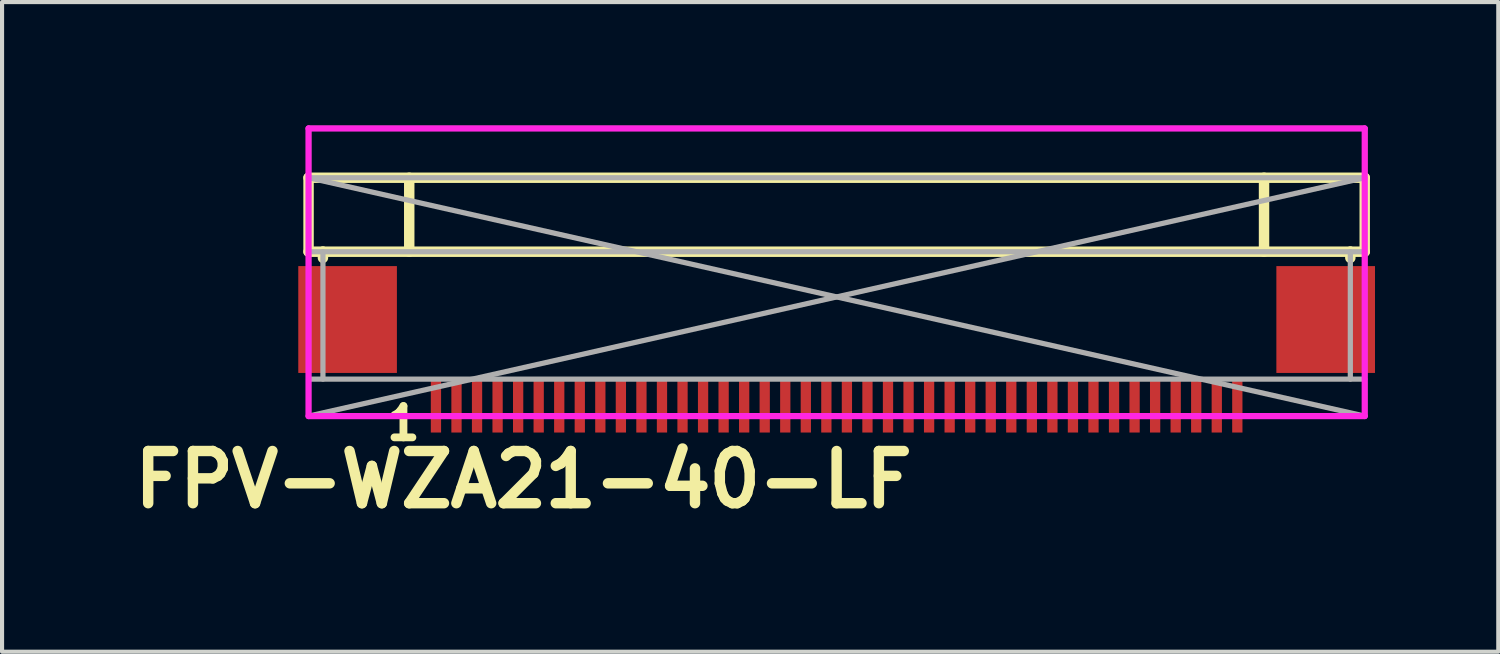
<source format=kicad_pcb>
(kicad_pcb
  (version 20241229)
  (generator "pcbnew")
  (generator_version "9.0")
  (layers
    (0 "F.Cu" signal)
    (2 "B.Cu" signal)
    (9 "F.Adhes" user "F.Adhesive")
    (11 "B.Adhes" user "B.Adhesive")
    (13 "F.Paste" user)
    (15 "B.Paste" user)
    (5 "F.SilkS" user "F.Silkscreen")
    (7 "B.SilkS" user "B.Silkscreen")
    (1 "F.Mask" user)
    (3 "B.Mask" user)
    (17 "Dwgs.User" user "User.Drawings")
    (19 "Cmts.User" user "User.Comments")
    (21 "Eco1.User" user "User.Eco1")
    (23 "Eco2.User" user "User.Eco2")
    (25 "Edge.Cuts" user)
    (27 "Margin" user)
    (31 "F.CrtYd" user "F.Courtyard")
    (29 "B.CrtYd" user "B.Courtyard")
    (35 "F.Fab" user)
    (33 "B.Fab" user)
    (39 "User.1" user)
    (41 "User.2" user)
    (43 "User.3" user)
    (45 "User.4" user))
  (footprint "FPV-WZA21-40-LF"
    (layer "F.Cu")
    (at 17.308 4.175)
    (property "Reference" "FPV-WZA21-40-LF" (at -7.62 4.445 0) (layer "F.SilkS") (effects (font (size 1.27 1.27) (thickness 0.254))))
    (attr smd)
    (fp_line (start -12.85 -4.1) (end 12.85 -4.1) (stroke (width 0.127) (type solid)) (layer "F.SilkS"))
    (fp_line (start -12.85 -2.9) (end -12.85 -4.1) (stroke (width 0.127) (type solid)) (layer "F.SilkS"))
    (fp_line (start -12.85 -2.9) (end -12.85 -1.1) (stroke (width 0.254) (type solid)) (layer "F.SilkS"))
    (fp_line (start -12.85 -2.9) (end 12.85 -2.9) (stroke (width 0.254) (type solid)) (layer "F.SilkS"))
    (fp_line (start -12.85 -1.1) (end -12.5 -1.1) (stroke (width 0.254) (type solid)) (layer "F.SilkS"))
    (fp_line (start -12.5 -1.1) (end -12.5 -0.95) (stroke (width 0.254) (type solid)) (layer "F.SilkS"))
    (fp_line (start -12.5 -1.1) (end 12.5 -1.1) (stroke (width 0.254) (type solid)) (layer "F.SilkS"))
    (fp_line (start -10.4 -2.9) (end -10.4 -1.1) (stroke (width 0.254) (type solid)) (layer "F.SilkS"))
    (fp_line (start 10.4 -2.9) (end 10.4 -1.1) (stroke (width 0.254) (type solid)) (layer "F.SilkS"))
    (fp_line (start 12.5 -1.1) (end 12.5 -0.95) (stroke (width 0.254) (type solid)) (layer "F.SilkS"))
    (fp_line (start 12.85 -4.1) (end 12.85 -2.9) (stroke (width 0.127) (type solid)) (layer "F.SilkS"))
    (fp_line (start 12.85 -2.9) (end 12.85 -1.1) (stroke (width 0.254) (type solid)) (layer "F.SilkS"))
    (fp_line (start 12.85 -1.1) (end 12.5 -1.1) (stroke (width 0.254) (type solid)) (layer "F.SilkS"))
    (fp_line (start -12.85 -4.1) (end 12.85 -4.1) (stroke (width 0.15) (type solid)) (layer "F.CrtYd"))
    (fp_line (start -12.85 2.9) (end 12.85 2.9) (stroke (width 0.15) (type solid)) (layer "F.CrtYd"))
    (fp_line (start -12.85 2.9) (end -12.85 -4.1) (stroke (width 0.15) (type solid)) (layer "F.CrtYd"))
    (fp_line (start 12.85 -4.1) (end 12.85 2.9) (stroke (width 0.15) (type solid)) (layer "F.CrtYd"))
    (fp_line (start -12.85 -2.9) (end 12.85 -2.9) (stroke (width 0.127) (type solid)) (layer "F.Fab"))
    (fp_line (start -12.85 -2.9) (end 12.85 2.9) (stroke (width 0.127) (type solid)) (layer "F.Fab"))
    (fp_line (start -12.85 -1.1) (end 12.85 -1.1) (stroke (width 0.127) (type solid)) (layer "F.Fab"))
    (fp_line (start -12.85 2) (end 12.85 2) (stroke (width 0.127) (type solid)) (layer "F.Fab"))
    (fp_line (start -12.85 2.9) (end -12.85 -2.9) (stroke (width 0.127) (type solid)) (layer "F.Fab"))
    (fp_line (start -12.5 -1.1) (end -12.5 2) (stroke (width 0.127) (type solid)) (layer "F.Fab"))
    (fp_line (start 12.5 -1.1) (end 12.5 2) (stroke (width 0.127) (type solid)) (layer "F.Fab"))
    (fp_line (start 12.85 -2.9) (end -12.85 2.9) (stroke (width 0.127) (type solid)) (layer "F.Fab"))
    (fp_line (start 12.85 -2.9) (end 12.85 2.9) (stroke (width 0.127) (type solid)) (layer "F.Fab"))
    (fp_line (start 12.85 2.9) (end -12.85 2.9) (stroke (width 0.127) (type solid)) (layer "F.Fab"))
    (fp_text user "1" (at -10.541 3.075 0) (layer "F.SilkS") (effects (font (size 0.762 0.762) (thickness 0.191))))
    (pad "0" smd rect (at -11.9 0.55 180) (size 2.4 2.6) (layers "F.Cu" "F.Mask" "F.Paste"))
    (pad "0" smd rect (at 11.9 0.55 180) (size 2.4 2.6) (layers "F.Cu" "F.Mask" "F.Paste"))
    (pad "1" smd rect (at -9.75 2.65 180) (size 0.25 1.3) (layers "F.Cu" "F.Mask" "F.Paste"))
    (pad "2" smd rect (at -9.25 2.65 180) (size 0.25 1.3) (layers "F.Cu" "F.Mask" "F.Paste"))
    (pad "3" smd rect (at -8.75 2.65 180) (size 0.25 1.3) (layers "F.Cu" "F.Mask" "F.Paste"))
    (pad "4" smd rect (at -8.25 2.65 180) (size 0.25 1.3) (layers "F.Cu" "F.Mask" "F.Paste"))
    (pad "5" smd rect (at -7.75 2.65 180) (size 0.25 1.3) (layers "F.Cu" "F.Mask" "F.Paste"))
    (pad "6" smd rect (at -7.25 2.65 180) (size 0.25 1.3) (layers "F.Cu" "F.Mask" "F.Paste"))
    (pad "7" smd rect (at -6.75 2.65 180) (size 0.25 1.3) (layers "F.Cu" "F.Mask" "F.Paste"))
    (pad "8" smd rect (at -6.25 2.65 180) (size 0.25 1.3) (layers "F.Cu" "F.Mask" "F.Paste"))
    (pad "9" smd rect (at -5.75 2.65 180) (size 0.25 1.3) (layers "F.Cu" "F.Mask" "F.Paste"))
    (pad "10" smd rect (at -5.25 2.65 180) (size 0.25 1.3) (layers "F.Cu" "F.Mask" "F.Paste"))
    (pad "11" smd rect (at -4.75 2.65 180) (size 0.25 1.3) (layers "F.Cu" "F.Mask" "F.Paste"))
    (pad "12" smd rect (at -4.25 2.65 180) (size 0.25 1.3) (layers "F.Cu" "F.Mask" "F.Paste"))
    (pad "13" smd rect (at -3.75 2.65 180) (size 0.25 1.3) (layers "F.Cu" "F.Mask" "F.Paste"))
    (pad "14" smd rect (at -3.25 2.65 180) (size 0.25 1.3) (layers "F.Cu" "F.Mask" "F.Paste"))
    (pad "15" smd rect (at -2.75 2.65 180) (size 0.25 1.3) (layers "F.Cu" "F.Mask" "F.Paste"))
    (pad "16" smd rect (at -2.25 2.65 180) (size 0.25 1.3) (layers "F.Cu" "F.Mask" "F.Paste"))
    (pad "17" smd rect (at -1.75 2.65 180) (size 0.25 1.3) (layers "F.Cu" "F.Mask" "F.Paste"))
    (pad "18" smd rect (at -1.25 2.65 180) (size 0.25 1.3) (layers "F.Cu" "F.Mask" "F.Paste"))
    (pad "19" smd rect (at -0.75 2.65 180) (size 0.25 1.3) (layers "F.Cu" "F.Mask" "F.Paste"))
    (pad "20" smd rect (at -0.25 2.65 180) (size 0.25 1.3) (layers "F.Cu" "F.Mask" "F.Paste"))
    (pad "21" smd rect (at 0.25 2.65 180) (size 0.25 1.3) (layers "F.Cu" "F.Mask" "F.Paste"))
    (pad "22" smd rect (at 0.75 2.65 180) (size 0.25 1.3) (layers "F.Cu" "F.Mask" "F.Paste"))
    (pad "23" smd rect (at 1.25 2.65 180) (size 0.25 1.3) (layers "F.Cu" "F.Mask" "F.Paste"))
    (pad "24" smd rect (at 1.75 2.65 180) (size 0.25 1.3) (layers "F.Cu" "F.Mask" "F.Paste"))
    (pad "25" smd rect (at 2.25 2.65 180) (size 0.25 1.3) (layers "F.Cu" "F.Mask" "F.Paste"))
    (pad "26" smd rect (at 2.75 2.65 180) (size 0.25 1.3) (layers "F.Cu" "F.Mask" "F.Paste"))
    (pad "27" smd rect (at 3.25 2.65 180) (size 0.25 1.3) (layers "F.Cu" "F.Mask" "F.Paste"))
    (pad "28" smd rect (at 3.75 2.65 180) (size 0.25 1.3) (layers "F.Cu" "F.Mask" "F.Paste"))
    (pad "29" smd rect (at 4.25 2.65 180) (size 0.25 1.3) (layers "F.Cu" "F.Mask" "F.Paste"))
    (pad "30" smd rect (at 4.75 2.65 180) (size 0.25 1.3) (layers "F.Cu" "F.Mask" "F.Paste"))
    (pad "31" smd rect (at 5.25 2.65 180) (size 0.25 1.3) (layers "F.Cu" "F.Mask" "F.Paste"))
    (pad "32" smd rect (at 5.75 2.65 180) (size 0.25 1.3) (layers "F.Cu" "F.Mask" "F.Paste"))
    (pad "33" smd rect (at 6.25 2.65 180) (size 0.25 1.3) (layers "F.Cu" "F.Mask" "F.Paste"))
    (pad "34" smd rect (at 6.75 2.65 180) (size 0.25 1.3) (layers "F.Cu" "F.Mask" "F.Paste"))
    (pad "35" smd rect (at 7.25 2.65 180) (size 0.25 1.3) (layers "F.Cu" "F.Mask" "F.Paste"))
    (pad "36" smd rect (at 7.75 2.65 180) (size 0.25 1.3) (layers "F.Cu" "F.Mask" "F.Paste"))
    (pad "37" smd rect (at 8.25 2.65 180) (size 0.25 1.3) (layers "F.Cu" "F.Mask" "F.Paste"))
    (pad "38" smd rect (at 8.75 2.65 180) (size 0.25 1.3) (layers "F.Cu" "F.Mask" "F.Paste"))
    (pad "39" smd rect (at 9.25 2.65 180) (size 0.25 1.3) (layers "F.Cu" "F.Mask" "F.Paste"))
    (pad "40" smd rect (at 9.75 2.65 180) (size 0.25 1.3) (layers "F.Cu" "F.Mask" "F.Paste")))
  (gr_rect
    (start -3 -3)
    (end 33.408 12.809)
    (stroke (width 0.1) (type default))
    (fill no)
    (layer "Edge.Cuts")))
</source>
